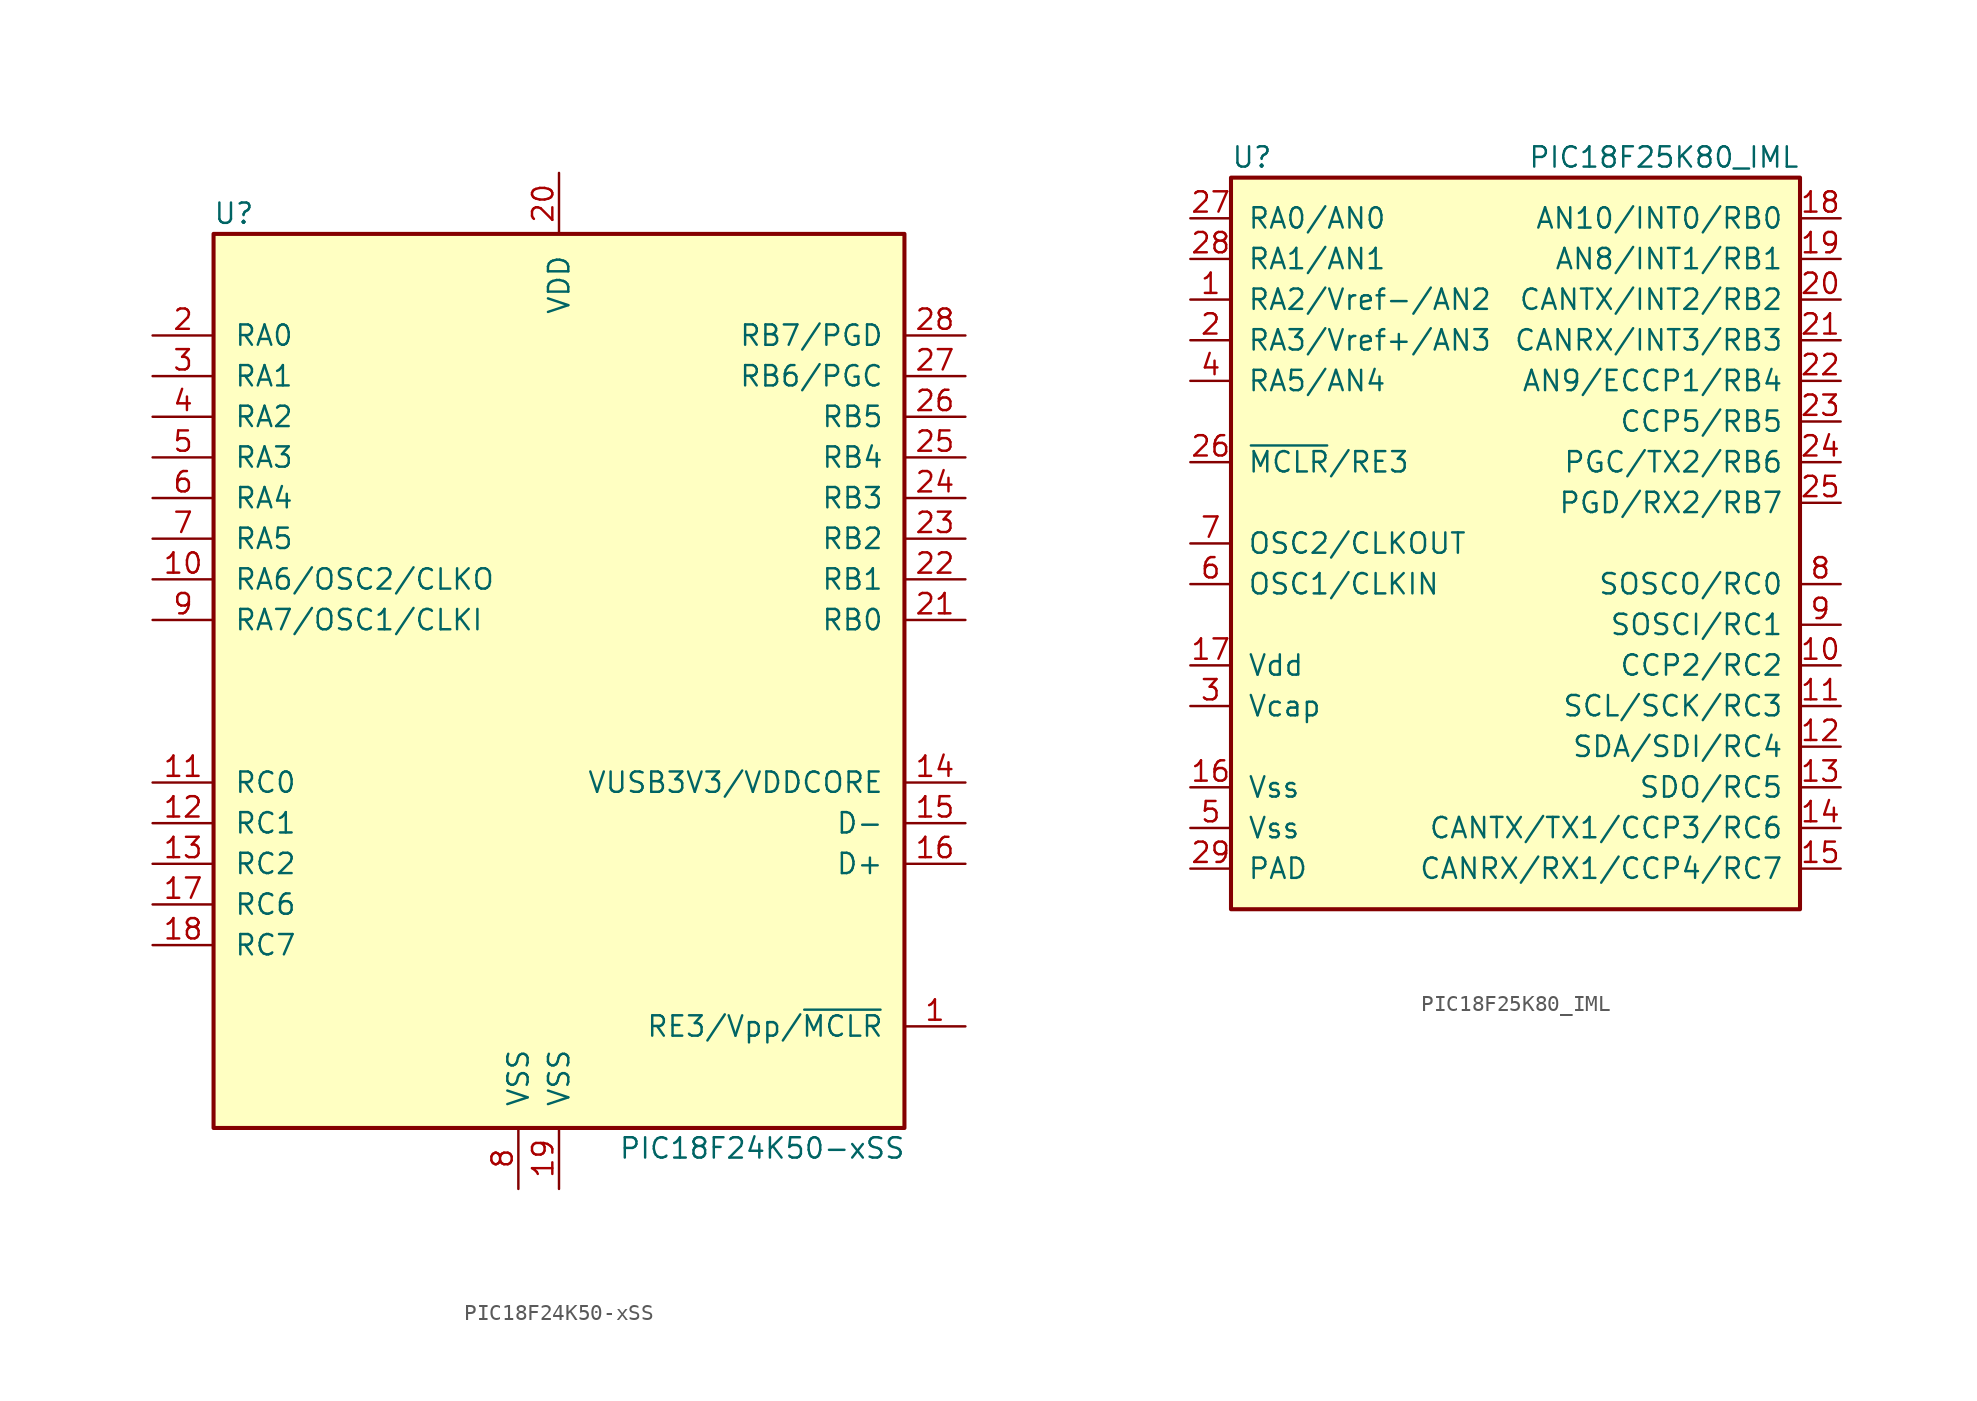
<source format=kicad_sym>
(kicad_symbol_lib
  (version 20201005)
  (generator kicad_symbol_editor)
  (symbol "MCU_Microchip_PIC18:PIC18F24K50-xSS"
    (pin_names
      (offset 1.27))
    (property "Reference" "U"
      (at -20.32 30.48 0)
      (effects (font (size 1.27 1.27))))
    (property "Value" "PIC18F24K50-xSS"
      (at 12.7 -27.94 0)
      (effects (font (size 1.27 1.27))))
    (symbol "PIC18F24K50-xSS_0_1"
      (rectangle (start -21.59 29.21) (end 21.59 -26.67) (stroke (width 0.254)) (fill (type background))))
    (symbol "PIC18F24K50-xSS_1_1"
      (pin input line (at 25.4 -20.32 180) (length 3.81) (name "RE3/Vpp/~MCLR~" (effects (font (size 1.27 1.27)))) (number "1" (effects (font (size 1.27 1.27)))))
      (pin output line (at -25.4 7.62 0) (length 3.81) (name "RA6/OSC2/CLKO" (effects (font (size 1.27 1.27)))) (number "10" (effects (font (size 1.27 1.27)))))
      (pin bidirectional line (at -25.4 -5.08 0) (length 3.81) (name "RC0" (effects (font (size 1.27 1.27)))) (number "11" (effects (font (size 1.27 1.27)))))
      (pin bidirectional line (at -25.4 -7.62 0) (length 3.81) (name "RC1" (effects (font (size 1.27 1.27)))) (number "12" (effects (font (size 1.27 1.27)))))
      (pin bidirectional line (at -25.4 -10.16 0) (length 3.81) (name "RC2" (effects (font (size 1.27 1.27)))) (number "13" (effects (font (size 1.27 1.27)))))
      (pin bidirectional line (at 25.4 -5.08 180) (length 3.81) (name "VUSB3V3/VDDCORE" (effects (font (size 1.27 1.27)))) (number "14" (effects (font (size 1.27 1.27)))))
      (pin bidirectional line (at 25.4 -7.62 180) (length 3.81) (name "D-" (effects (font (size 1.27 1.27)))) (number "15" (effects (font (size 1.27 1.27)))))
      (pin bidirectional line (at 25.4 -10.16 180) (length 3.81) (name "D+" (effects (font (size 1.27 1.27)))) (number "16" (effects (font (size 1.27 1.27)))))
      (pin bidirectional line (at -25.4 -12.7 0) (length 3.81) (name "RC6" (effects (font (size 1.27 1.27)))) (number "17" (effects (font (size 1.27 1.27)))))
      (pin bidirectional line (at -25.4 -15.24 0) (length 3.81) (name "RC7" (effects (font (size 1.27 1.27)))) (number "18" (effects (font (size 1.27 1.27)))))
      (pin power_in line (at 0 -30.48 90) (length 3.81) (name "VSS" (effects (font (size 1.27 1.27)))) (number "19" (effects (font (size 1.27 1.27)))))
      (pin bidirectional line (at -25.4 22.86 0) (length 3.81) (name "RA0" (effects (font (size 1.27 1.27)))) (number "2" (effects (font (size 1.27 1.27)))))
      (pin power_in line (at 0 33.02 270) (length 3.81) (name "VDD" (effects (font (size 1.27 1.27)))) (number "20" (effects (font (size 1.27 1.27)))))
      (pin bidirectional line (at 25.4 5.08 180) (length 3.81) (name "RB0" (effects (font (size 1.27 1.27)))) (number "21" (effects (font (size 1.27 1.27)))))
      (pin bidirectional line (at 25.4 7.62 180) (length 3.81) (name "RB1" (effects (font (size 1.27 1.27)))) (number "22" (effects (font (size 1.27 1.27)))))
      (pin bidirectional line (at 25.4 10.16 180) (length 3.81) (name "RB2" (effects (font (size 1.27 1.27)))) (number "23" (effects (font (size 1.27 1.27)))))
      (pin bidirectional line (at 25.4 12.7 180) (length 3.81) (name "RB3" (effects (font (size 1.27 1.27)))) (number "24" (effects (font (size 1.27 1.27)))))
      (pin bidirectional line (at 25.4 15.24 180) (length 3.81) (name "RB4" (effects (font (size 1.27 1.27)))) (number "25" (effects (font (size 1.27 1.27)))))
      (pin bidirectional line (at 25.4 17.78 180) (length 3.81) (name "RB5" (effects (font (size 1.27 1.27)))) (number "26" (effects (font (size 1.27 1.27)))))
      (pin bidirectional line (at 25.4 20.32 180) (length 3.81) (name "RB6/PGC" (effects (font (size 1.27 1.27)))) (number "27" (effects (font (size 1.27 1.27)))))
      (pin bidirectional line (at 25.4 22.86 180) (length 3.81) (name "RB7/PGD" (effects (font (size 1.27 1.27)))) (number "28" (effects (font (size 1.27 1.27)))))
      (pin bidirectional line (at -25.4 20.32 0) (length 3.81) (name "RA1" (effects (font (size 1.27 1.27)))) (number "3" (effects (font (size 1.27 1.27)))))
      (pin bidirectional line (at -25.4 17.78 0) (length 3.81) (name "RA2" (effects (font (size 1.27 1.27)))) (number "4" (effects (font (size 1.27 1.27)))))
      (pin bidirectional line (at -25.4 15.24 0) (length 3.81) (name "RA3" (effects (font (size 1.27 1.27)))) (number "5" (effects (font (size 1.27 1.27)))))
      (pin bidirectional line (at -25.4 12.7 0) (length 3.81) (name "RA4" (effects (font (size 1.27 1.27)))) (number "6" (effects (font (size 1.27 1.27)))))
      (pin bidirectional line (at -25.4 10.16 0) (length 3.81) (name "RA5" (effects (font (size 1.27 1.27)))) (number "7" (effects (font (size 1.27 1.27)))))
      (pin power_in line (at -2.54 -30.48 90) (length 3.81) (name "VSS" (effects (font (size 1.27 1.27)))) (number "8" (effects (font (size 1.27 1.27)))))
      (pin input line (at -25.4 5.08 0) (length 3.81) (name "RA7/OSC1/CLKI" (effects (font (size 1.27 1.27)))) (number "9" (effects (font (size 1.27 1.27)))))))
  (symbol "MCU_Microchip_PIC18:PIC18F25K80_IML"
    (pin_names
      (offset 1.016))
    (property "Reference" "U"
      (at -17.78 24.13 0)
      (effects (font (size 1.27 1.27)) (justify left)))
    (property "Value" "PIC18F25K80_IML"
      (at 17.78 24.13 0)
      (effects (font (size 1.27 1.27)) (justify right)))
    (symbol "PIC18F25K80_IML_0_1"
      (rectangle (start -17.78 22.86) (end 17.78 -22.86) (stroke (width 0.254)) (fill (type background))))
    (symbol "PIC18F25K80_IML_1_1"
      (pin bidirectional line (at -20.32 15.24 0) (length 2.54) (name "RA2/Vref-/AN2" (effects (font (size 1.27 1.27)))) (number "1" (effects (font (size 1.27 1.27)))))
      (pin bidirectional line (at 20.32 -7.62 180) (length 2.54) (name "CCP2/RC2" (effects (font (size 1.27 1.27)))) (number "10" (effects (font (size 1.27 1.27)))))
      (pin bidirectional line (at 20.32 -10.16 180) (length 2.54) (name "SCL/SCK/RC3" (effects (font (size 1.27 1.27)))) (number "11" (effects (font (size 1.27 1.27)))))
      (pin bidirectional line (at 20.32 -12.7 180) (length 2.54) (name "SDA/SDI/RC4" (effects (font (size 1.27 1.27)))) (number "12" (effects (font (size 1.27 1.27)))))
      (pin bidirectional line (at 20.32 -15.24 180) (length 2.54) (name "SDO/RC5" (effects (font (size 1.27 1.27)))) (number "13" (effects (font (size 1.27 1.27)))))
      (pin bidirectional line (at 20.32 -17.78 180) (length 2.54) (name "CANTX/TX1/CCP3/RC6" (effects (font (size 1.27 1.27)))) (number "14" (effects (font (size 1.27 1.27)))))
      (pin bidirectional line (at 20.32 -20.32 180) (length 2.54) (name "CANRX/RX1/CCP4/RC7" (effects (font (size 1.27 1.27)))) (number "15" (effects (font (size 1.27 1.27)))))
      (pin power_in line (at -20.32 -15.24 0) (length 2.54) (name "Vss" (effects (font (size 1.27 1.27)))) (number "16" (effects (font (size 1.27 1.27)))))
      (pin power_in line (at -20.32 -7.62 0) (length 2.54) (name "Vdd" (effects (font (size 1.27 1.27)))) (number "17" (effects (font (size 1.27 1.27)))))
      (pin bidirectional line (at 20.32 20.32 180) (length 2.54) (name "AN10/INT0/RB0" (effects (font (size 1.27 1.27)))) (number "18" (effects (font (size 1.27 1.27)))))
      (pin bidirectional line (at 20.32 17.78 180) (length 2.54) (name "AN8/INT1/RB1" (effects (font (size 1.27 1.27)))) (number "19" (effects (font (size 1.27 1.27)))))
      (pin bidirectional line (at -20.32 12.7 0) (length 2.54) (name "RA3/Vref+/AN3" (effects (font (size 1.27 1.27)))) (number "2" (effects (font (size 1.27 1.27)))))
      (pin bidirectional line (at 20.32 15.24 180) (length 2.54) (name "CANTX/INT2/RB2" (effects (font (size 1.27 1.27)))) (number "20" (effects (font (size 1.27 1.27)))))
      (pin bidirectional line (at 20.32 12.7 180) (length 2.54) (name "CANRX/INT3/RB3" (effects (font (size 1.27 1.27)))) (number "21" (effects (font (size 1.27 1.27)))))
      (pin bidirectional line (at 20.32 10.16 180) (length 2.54) (name "AN9/ECCP1/RB4" (effects (font (size 1.27 1.27)))) (number "22" (effects (font (size 1.27 1.27)))))
      (pin bidirectional line (at 20.32 7.62 180) (length 2.54) (name "CCP5/RB5" (effects (font (size 1.27 1.27)))) (number "23" (effects (font (size 1.27 1.27)))))
      (pin bidirectional line (at 20.32 5.08 180) (length 2.54) (name "PGC/TX2/RB6" (effects (font (size 1.27 1.27)))) (number "24" (effects (font (size 1.27 1.27)))))
      (pin bidirectional line (at 20.32 2.54 180) (length 2.54) (name "PGD/RX2/RB7" (effects (font (size 1.27 1.27)))) (number "25" (effects (font (size 1.27 1.27)))))
      (pin bidirectional line (at -20.32 5.08 0) (length 2.54) (name "~MCLR~/RE3" (effects (font (size 1.27 1.27)))) (number "26" (effects (font (size 1.27 1.27)))))
      (pin bidirectional line (at -20.32 20.32 0) (length 2.54) (name "RA0/AN0" (effects (font (size 1.27 1.27)))) (number "27" (effects (font (size 1.27 1.27)))))
      (pin bidirectional line (at -20.32 17.78 0) (length 2.54) (name "RA1/AN1" (effects (font (size 1.27 1.27)))) (number "28" (effects (font (size 1.27 1.27)))))
      (pin power_in line (at -20.32 -20.32 0) (length 2.54) (name "PAD" (effects (font (size 1.27 1.27)))) (number "29" (effects (font (size 1.27 1.27)))))
      (pin power_in line (at -20.32 -10.16 0) (length 2.54) (name "Vcap" (effects (font (size 1.27 1.27)))) (number "3" (effects (font (size 1.27 1.27)))))
      (pin bidirectional line (at -20.32 10.16 0) (length 2.54) (name "RA5/AN4" (effects (font (size 1.27 1.27)))) (number "4" (effects (font (size 1.27 1.27)))))
      (pin power_in line (at -20.32 -17.78 0) (length 2.54) (name "Vss" (effects (font (size 1.27 1.27)))) (number "5" (effects (font (size 1.27 1.27)))))
      (pin input line (at -20.32 -2.54 0) (length 2.54) (name "OSC1/CLKIN" (effects (font (size 1.27 1.27)))) (number "6" (effects (font (size 1.27 1.27)))))
      (pin input line (at -20.32 0 0) (length 2.54) (name "OSC2/CLKOUT" (effects (font (size 1.27 1.27)))) (number "7" (effects (font (size 1.27 1.27)))))
      (pin bidirectional line (at 20.32 -2.54 180) (length 2.54) (name "SOSCO/RC0" (effects (font (size 1.27 1.27)))) (number "8" (effects (font (size 1.27 1.27)))))
      (pin bidirectional line (at 20.32 -5.08 180) (length 2.54) (name "SOSCI/RC1" (effects (font (size 1.27 1.27)))) (number "9" (effects (font (size 1.27 1.27))))))))
</source>
